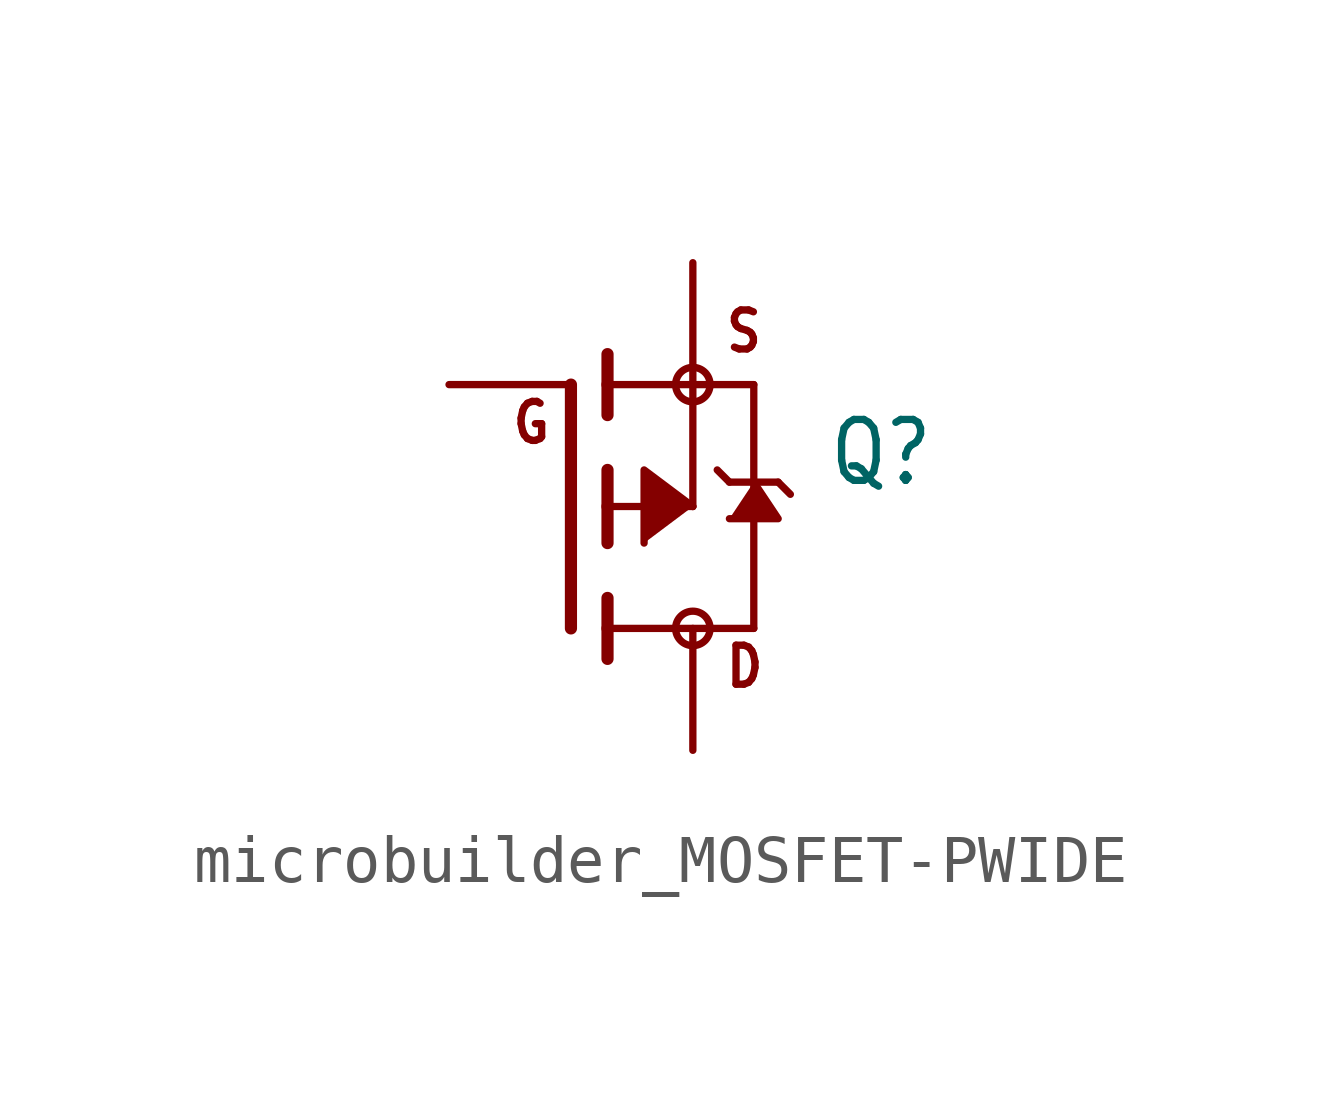
<source format=kicad_sym>
(kicad_symbol_lib
  (version 20231120)
  (generator "kicad_symbol_editor")
  (generator_version "8.0")
  (symbol "microbuilder_MOSFET-PWIDE"
    (property "Reference" "Q"
      (at 2.794 0.381 0)
      (effects (font (size 1.27 1.079)) (justify left bottom)))
    (property "Value" ""
      (at 2.794 -1.905 0)
      (effects (font (size 1.27 1.079)) (justify left bottom)))
    (property "ki_locked" ""
      (at 0 0 0)
      (effects (font (size 1.27 1.27))))
    (symbol "microbuilder_MOSFET-PWIDE_1_0"
      (circle (center 0 -2.54) (radius 0.359) (stroke (width 0) (type solid)) (fill (type none)))
      (polyline (pts (xy -2.54 -2.54) (xy -2.54 2.54)) (stroke (width 0.254) (type solid)) (fill (type none)))
      (polyline (pts (xy -1.778 -3.175) (xy -1.778 -2.54)) (stroke (width 0.254) (type solid)) (fill (type none)))
      (polyline (pts (xy -1.778 -2.54) (xy -1.778 -1.905)) (stroke (width 0.254) (type solid)) (fill (type none)))
      (polyline (pts (xy -1.778 -2.54) (xy 1.27 -2.54)) (stroke (width 0.152) (type solid)) (fill (type none)))
      (polyline (pts (xy -1.778 -0.762) (xy -1.778 0)) (stroke (width 0.254) (type solid)) (fill (type none)))
      (polyline (pts (xy -1.778 0) (xy -1.778 0.762)) (stroke (width 0.254) (type solid)) (fill (type none)))
      (polyline (pts (xy -1.778 0) (xy 0 0)) (stroke (width 0.152) (type solid)) (fill (type none)))
      (polyline (pts (xy -1.778 1.905) (xy -1.778 2.54)) (stroke (width 0.254) (type solid)) (fill (type none)))
      (polyline (pts (xy -1.778 2.54) (xy -1.778 3.175)) (stroke (width 0.254) (type solid)) (fill (type none)))
      (polyline (pts (xy 0 0) (xy 0 2.54)) (stroke (width 0.152) (type solid)) (fill (type none)))
      (polyline (pts (xy 0 2.54) (xy -1.778 2.54)) (stroke (width 0.152) (type solid)) (fill (type none)))
      (polyline (pts (xy 0 2.54) (xy 1.27 2.54)) (stroke (width 0.152) (type solid)) (fill (type none)))
      (polyline (pts (xy 0.508 0.762) (xy 0.762 0.508)) (stroke (width 0.152) (type solid)) (fill (type none)))
      (polyline (pts (xy 0.762 0.508) (xy 1.27 0.508)) (stroke (width 0.152) (type solid)) (fill (type none)))
      (polyline (pts (xy 1.27 -2.54) (xy 1.27 0.508)) (stroke (width 0.152) (type solid)) (fill (type none)))
      (polyline (pts (xy 1.27 0.508) (xy 1.27 2.54)) (stroke (width 0.152) (type solid)) (fill (type none)))
      (polyline (pts (xy 1.27 0.508) (xy 1.778 0.508)) (stroke (width 0.152) (type solid)) (fill (type none)))
      (polyline (pts (xy 1.778 0.508) (xy 2.032 0.254)) (stroke (width 0.152) (type solid)) (fill (type none)))
      (polyline (pts (xy 0 0) (xy -1.016 0.762) (xy -1.016 -0.762)) (stroke (width 0.152) (type solid)) (fill (type outline)))
      (polyline (pts (xy 1.27 0.508) (xy 1.778 -0.254) (xy 0.762 -0.254)) (stroke (width 0.152) (type solid)) (fill (type outline)))
      (circle (center 0 2.54) (radius 0.359) (stroke (width 0) (type solid)) (fill (type none)))
      (text "D" (at 0.635 -3.81 0) (effects (font (size 0.813 0.691)) (justify left bottom)))
      (text "G" (at -3.81 1.27 0) (effects (font (size 0.813 0.691)) (justify left bottom)))
      (text "S" (at 0.635 3.175 0) (effects (font (size 0.813 0.691)) (justify left bottom)))
      (pin passive line (at -5.08 2.54 0) (length 2.54) (name "G" (effects (font (size 0 0)))) (number "1" (effects (font (size 0 0)))))
      (pin passive line (at 0 5.08 270) (length 2.54) (name "S" (effects (font (size 0 0)))) (number "2" (effects (font (size 0 0)))))
      (pin passive line (at 0 -5.08 90) (length 2.54) (name "D" (effects (font (size 0 0)))) (number "3" (effects (font (size 0 0))))))))
</source>
